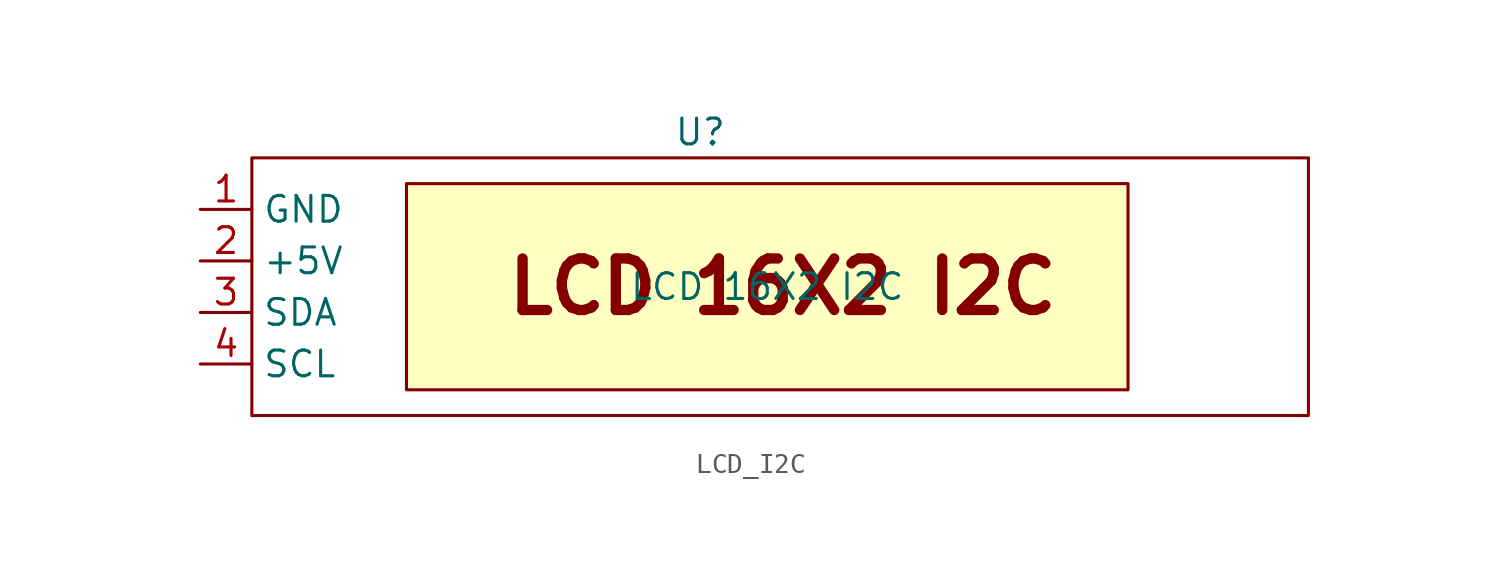
<source format=kicad_sym>
(kicad_symbol_lib
  (version 20241209)
  (generator "kicad_symbol_editor")
  (generator_version "9.0")
  (symbol "LCD_I2C"
    (property "Reference" "U"
      (at -3.302 7.62 0)
      (effects (font (size 1.27 1.27))))
    (property "Value" "LCD 16X2 I2C"
      (at 0 0 0)
      (effects (font (size 1.27 1.27))))
    (symbol "LCD_I2C_1_1"
      (rectangle (start -25.4 6.35) (end 26.67 -6.35) (stroke (width 0) (type solid)) (fill (type none)))
      (rectangle (start -17.78 5.08) (end 17.78 -5.08) (stroke (width 0) (type solid)) (fill (type background)))
      (text "LCD 16X2 I2C" (at 0.762 0 0) (effects (font (size 2.54 2.54) (thickness 0.508) (bold yes))))
      (pin power_in line (at -27.94 3.81 0) (length 2.54) (name "GND" (effects (font (size 1.27 1.27)))) (number "1" (effects (font (size 1.27 1.27)))))
      (pin power_in line (at -27.94 1.27 0) (length 2.54) (name "+5V" (effects (font (size 1.27 1.27)))) (number "2" (effects (font (size 1.27 1.27)))))
      (pin bidirectional line (at -27.94 -1.27 0) (length 2.54) (name "SDA" (effects (font (size 1.27 1.27)))) (number "3" (effects (font (size 1.27 1.27)))))
      (pin bidirectional line (at -27.94 -3.81 0) (length 2.54) (name "SCL" (effects (font (size 1.27 1.27)))) (number "4" (effects (font (size 1.27 1.27))))))))
</source>
